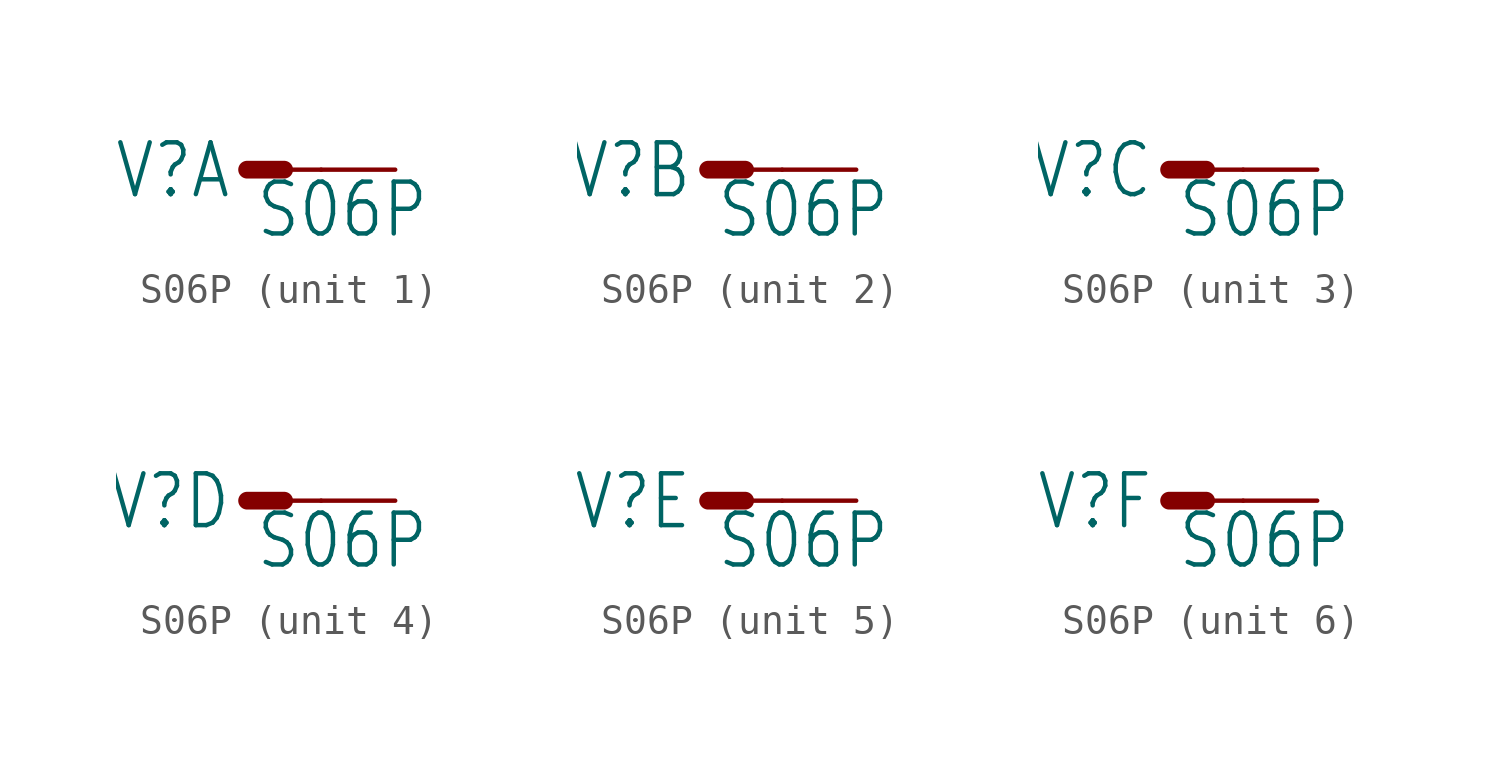
<source format=kicad_sym>
(kicad_symbol_lib
  (version 20211014)
  (generator kicad_symbol_editor)
  (symbol "S06P"
    (property "Reference" "SV"
      (at -0.508 1.016 0)
      (effects (font (size 1.778 1.511)) (justify right top)))
    (property "Value" "S06P"
      (at 0.254 -2.413 0)
      (effects (font (size 1.778 1.511)) (justify left bottom)))
    (property "ki_locked" ""
      (at 0 0 0)
      (effects (font (size 1.27 1.27))))
    (symbol "S06P_1_0"
      (polyline (pts (xy 0 0) (xy 1.27 0)) (stroke (width 0.61) (type default) (color 0 0 0 0)) (fill (type none)))
      (polyline (pts (xy 1.27 0) (xy 2.54 0)) (stroke (width 0.152) (type default) (color 0 0 0 0)) (fill (type none)))
      (pin passive line (at 5.08 0 180) (length 2.54) (name "S" (effects (font (size 0 0)))) (number "1" (effects (font (size 0 0))))))
    (symbol "S06P_2_0"
      (polyline (pts (xy 0 0) (xy 1.27 0)) (stroke (width 0.61) (type default) (color 0 0 0 0)) (fill (type none)))
      (polyline (pts (xy 1.27 0) (xy 2.54 0)) (stroke (width 0.152) (type default) (color 0 0 0 0)) (fill (type none)))
      (pin passive line (at 5.08 0 180) (length 2.54) (name "S" (effects (font (size 0 0)))) (number "2" (effects (font (size 0 0))))))
    (symbol "S06P_3_0"
      (polyline (pts (xy 0 0) (xy 1.27 0)) (stroke (width 0.61) (type default) (color 0 0 0 0)) (fill (type none)))
      (polyline (pts (xy 1.27 0) (xy 2.54 0)) (stroke (width 0.152) (type default) (color 0 0 0 0)) (fill (type none)))
      (pin passive line (at 5.08 0 180) (length 2.54) (name "S" (effects (font (size 0 0)))) (number "3" (effects (font (size 0 0))))))
    (symbol "S06P_4_0"
      (polyline (pts (xy 0 0) (xy 1.27 0)) (stroke (width 0.61) (type default) (color 0 0 0 0)) (fill (type none)))
      (polyline (pts (xy 1.27 0) (xy 2.54 0)) (stroke (width 0.152) (type default) (color 0 0 0 0)) (fill (type none)))
      (pin passive line (at 5.08 0 180) (length 2.54) (name "S" (effects (font (size 0 0)))) (number "4" (effects (font (size 0 0))))))
    (symbol "S06P_5_0"
      (polyline (pts (xy 0 0) (xy 1.27 0)) (stroke (width 0.61) (type default) (color 0 0 0 0)) (fill (type none)))
      (polyline (pts (xy 1.27 0) (xy 2.54 0)) (stroke (width 0.152) (type default) (color 0 0 0 0)) (fill (type none)))
      (pin passive line (at 5.08 0 180) (length 2.54) (name "S" (effects (font (size 0 0)))) (number "5" (effects (font (size 0 0))))))
    (symbol "S06P_6_0"
      (polyline (pts (xy 0 0) (xy 1.27 0)) (stroke (width 0.61) (type default) (color 0 0 0 0)) (fill (type none)))
      (polyline (pts (xy 1.27 0) (xy 2.54 0)) (stroke (width 0.152) (type default) (color 0 0 0 0)) (fill (type none)))
      (pin passive line (at 5.08 0 180) (length 2.54) (name "S" (effects (font (size 0 0)))) (number "6" (effects (font (size 0 0))))))))
</source>
